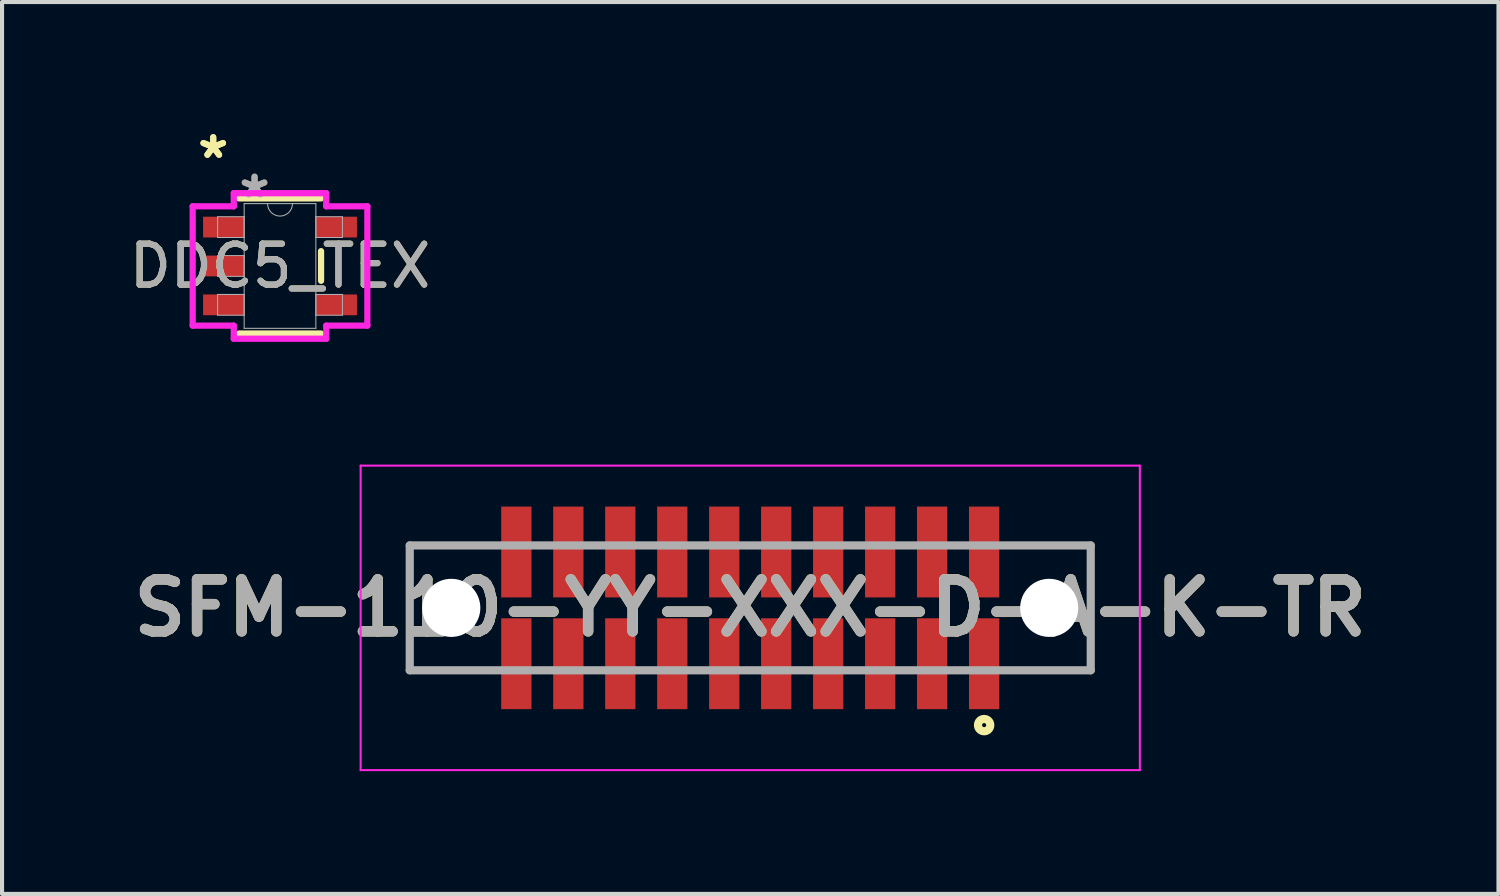
<source format=kicad_pcb>
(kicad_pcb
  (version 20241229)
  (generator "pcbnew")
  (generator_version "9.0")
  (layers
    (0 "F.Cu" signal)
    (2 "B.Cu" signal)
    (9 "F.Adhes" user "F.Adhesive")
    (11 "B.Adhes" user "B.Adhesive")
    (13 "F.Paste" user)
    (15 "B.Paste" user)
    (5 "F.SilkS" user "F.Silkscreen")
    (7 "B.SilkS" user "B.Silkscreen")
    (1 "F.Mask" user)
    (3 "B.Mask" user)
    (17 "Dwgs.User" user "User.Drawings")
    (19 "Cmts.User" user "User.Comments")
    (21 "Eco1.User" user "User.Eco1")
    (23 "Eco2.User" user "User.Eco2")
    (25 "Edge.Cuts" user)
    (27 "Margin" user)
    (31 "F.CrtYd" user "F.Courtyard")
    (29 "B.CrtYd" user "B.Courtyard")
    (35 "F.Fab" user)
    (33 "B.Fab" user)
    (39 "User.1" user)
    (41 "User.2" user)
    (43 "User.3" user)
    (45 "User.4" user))
  (footprint "DDC5_TEX"
    (layer "F.Cu")
    (at 3.792 3.449)
    (property "Reference" "DDC5_TEX" (at 0 0 0) (unlocked yes) (layer "F.SilkS") (effects (font (size 1 1) (thickness 0.15))))
    (attr smd)
    (fp_line (start -1.003 1.651) (end 1.003 1.651) (stroke (width 0.152) (type solid)) (layer "F.SilkS"))
    (fp_line (start 1.003 -1.651) (end -1.003 -1.651) (stroke (width 0.152) (type solid)) (layer "F.SilkS"))
    (fp_line (start 1.003 0.363) (end 1.003 -0.363) (stroke (width 0.152) (type solid)) (layer "F.SilkS"))
    (fp_line (start -2.134 -1.458) (end -1.13 -1.458) (stroke (width 0.152) (type solid)) (layer "F.CrtYd"))
    (fp_line (start -2.134 1.458) (end -2.134 -1.458) (stroke (width 0.152) (type solid)) (layer "F.CrtYd"))
    (fp_line (start -1.13 -1.778) (end 1.13 -1.778) (stroke (width 0.152) (type solid)) (layer "F.CrtYd"))
    (fp_line (start -1.13 -1.458) (end -1.13 -1.778) (stroke (width 0.152) (type solid)) (layer "F.CrtYd"))
    (fp_line (start -1.13 1.458) (end -2.134 1.458) (stroke (width 0.152) (type solid)) (layer "F.CrtYd"))
    (fp_line (start -1.13 1.778) (end -1.13 1.458) (stroke (width 0.152) (type solid)) (layer "F.CrtYd"))
    (fp_line (start 1.13 -1.778) (end 1.13 -1.458) (stroke (width 0.152) (type solid)) (layer "F.CrtYd"))
    (fp_line (start 1.13 -1.458) (end 2.134 -1.458) (stroke (width 0.152) (type solid)) (layer "F.CrtYd"))
    (fp_line (start 1.13 1.458) (end 1.13 1.778) (stroke (width 0.152) (type solid)) (layer "F.CrtYd"))
    (fp_line (start 1.13 1.778) (end -1.13 1.778) (stroke (width 0.152) (type solid)) (layer "F.CrtYd"))
    (fp_line (start 2.134 -1.458) (end 2.134 1.458) (stroke (width 0.152) (type solid)) (layer "F.CrtYd"))
    (fp_line (start 2.134 1.458) (end 1.13 1.458) (stroke (width 0.152) (type solid)) (layer "F.CrtYd"))
    (fp_line (start -1.524 -1.204) (end -1.524 -0.696) (stroke (width 0.025) (type solid)) (layer "F.Fab"))
    (fp_line (start -1.524 -0.696) (end -0.876 -0.696) (stroke (width 0.025) (type solid)) (layer "F.Fab"))
    (fp_line (start -1.524 -0.254) (end -1.524 0.254) (stroke (width 0.025) (type solid)) (layer "F.Fab"))
    (fp_line (start -1.524 0.254) (end -0.876 0.254) (stroke (width 0.025) (type solid)) (layer "F.Fab"))
    (fp_line (start -1.524 0.696) (end -1.524 1.204) (stroke (width 0.025) (type solid)) (layer "F.Fab"))
    (fp_line (start -1.524 1.204) (end -0.876 1.204) (stroke (width 0.025) (type solid)) (layer "F.Fab"))
    (fp_line (start -0.876 -1.524) (end -0.876 1.524) (stroke (width 0.025) (type solid)) (layer "F.Fab"))
    (fp_line (start -0.876 -1.204) (end -1.524 -1.204) (stroke (width 0.025) (type solid)) (layer "F.Fab"))
    (fp_line (start -0.876 -0.696) (end -0.876 -1.204) (stroke (width 0.025) (type solid)) (layer "F.Fab"))
    (fp_line (start -0.876 -0.254) (end -1.524 -0.254) (stroke (width 0.025) (type solid)) (layer "F.Fab"))
    (fp_line (start -0.876 0.254) (end -0.876 -0.254) (stroke (width 0.025) (type solid)) (layer "F.Fab"))
    (fp_line (start -0.876 0.696) (end -1.524 0.696) (stroke (width 0.025) (type solid)) (layer "F.Fab"))
    (fp_line (start -0.876 1.204) (end -0.876 0.696) (stroke (width 0.025) (type solid)) (layer "F.Fab"))
    (fp_line (start -0.876 1.524) (end 0.876 1.524) (stroke (width 0.025) (type solid)) (layer "F.Fab"))
    (fp_line (start 0.876 -1.524) (end -0.876 -1.524) (stroke (width 0.025) (type solid)) (layer "F.Fab"))
    (fp_line (start 0.876 -1.204) (end 0.876 -0.696) (stroke (width 0.025) (type solid)) (layer "F.Fab"))
    (fp_line (start 0.876 -0.696) (end 1.524 -0.696) (stroke (width 0.025) (type solid)) (layer "F.Fab"))
    (fp_line (start 0.876 0.696) (end 0.876 1.204) (stroke (width 0.025) (type solid)) (layer "F.Fab"))
    (fp_line (start 0.876 1.204) (end 1.524 1.204) (stroke (width 0.025) (type solid)) (layer "F.Fab"))
    (fp_line (start 0.876 1.524) (end 0.876 -1.524) (stroke (width 0.025) (type solid)) (layer "F.Fab"))
    (fp_line (start 1.524 -1.204) (end 0.876 -1.204) (stroke (width 0.025) (type solid)) (layer "F.Fab"))
    (fp_line (start 1.524 -0.696) (end 1.524 -1.204) (stroke (width 0.025) (type solid)) (layer "F.Fab"))
    (fp_line (start 1.524 0.696) (end 0.876 0.696) (stroke (width 0.025) (type solid)) (layer "F.Fab"))
    (fp_line (start 1.524 1.204) (end 1.524 0.696) (stroke (width 0.025) (type solid)) (layer "F.Fab"))
    (fp_arc (start 0.3048 -1.524) (mid 0 -1.2192) (end -0.3048 -1.524) (stroke (width 0.0254) (type solid)) (layer "F.Fab"))
    (fp_text user "*" (at -1.632 -2.601 0) (unlocked yes) (layer "F.SilkS") (effects (font (size 1 1) (thickness 0.15))))
    (fp_text user "*" (at -1.632 -2.601 0) (layer "F.SilkS") (effects (font (size 1 1) (thickness 0.15))))
    (fp_text user "${REFERENCE}" (at 0 0 0) (unlocked yes) (layer "F.Fab") (effects (font (size 1 1) (thickness 0.15))))
    (fp_text user "*" (at -0.622 -1.636 0) (unlocked yes) (layer "F.Fab") (effects (font (size 1 1) (thickness 0.15))))
    (fp_text user "*" (at -0.622 -1.636 0) (layer "F.Fab") (effects (font (size 1 1) (thickness 0.15))))
    (pad "1" smd rect (at -1.378 -0.95) (size 1.003 0.508) (layers "F.Cu" "F.Mask" "F.Paste"))
    (pad "2" smd rect (at -1.378 0) (size 1.003 0.508) (layers "F.Cu" "F.Mask" "F.Paste"))
    (pad "3" smd rect (at -1.378 0.95) (size 1.003 0.508) (layers "F.Cu" "F.Mask" "F.Paste"))
    (pad "4" smd rect (at 1.378 0.95) (size 1.003 0.508) (layers "F.Cu" "F.Mask" "F.Paste"))
    (pad "5" smd rect (at 1.378 -0.95) (size 1.003 0.508) (layers "F.Cu" "F.Mask" "F.Paste")))
  (footprint "SFM-110-YY-XXX-D-A-K-TR"
    (layer "F.Cu")
    (at 15.282 11.803)
    (property "Reference" "SFM-110-YY-XXX-D-A-K-TR" (at 0 0 0) (layer "F.SilkS") (effects (font (size 1.27 1.27) (thickness 0.254))))
    (attr through_hole)
    (fp_line (start -8.32 1.525) (end -8.32 -1.525) (stroke (width 0.1) (type solid)) (layer "F.SilkS"))
    (fp_line (start 8.32 -1.525) (end 8.32 1.525) (stroke (width 0.1) (type solid)) (layer "F.SilkS"))
    (fp_circle (center 5.715 2.865) (end 5.715 2.915) (stroke (width 0.2) (type solid)) (fill no) (layer "F.SilkS"))
    (fp_line (start -9.52 -3.475) (end 9.52 -3.475) (stroke (width 0.05) (type solid)) (layer "F.CrtYd"))
    (fp_line (start -9.52 3.965) (end -9.52 -3.475) (stroke (width 0.05) (type solid)) (layer "F.CrtYd"))
    (fp_line (start 9.52 -3.475) (end 9.52 3.965) (stroke (width 0.05) (type solid)) (layer "F.CrtYd"))
    (fp_line (start 9.52 3.965) (end -9.52 3.965) (stroke (width 0.05) (type solid)) (layer "F.CrtYd"))
    (fp_line (start -8.32 -1.525) (end 8.32 -1.525) (stroke (width 0.2) (type solid)) (layer "F.Fab"))
    (fp_line (start -8.32 1.525) (end -8.32 -1.525) (stroke (width 0.2) (type solid)) (layer "F.Fab"))
    (fp_line (start 8.32 -1.525) (end 8.32 1.525) (stroke (width 0.2) (type solid)) (layer "F.Fab"))
    (fp_line (start 8.32 1.525) (end -8.32 1.525) (stroke (width 0.2) (type solid)) (layer "F.Fab"))
    (fp_text user "${REFERENCE}" (at 0 0 0) (layer "F.Fab") (effects (font (size 1.27 1.27) (thickness 0.254))))
    (pad "" np_thru_hole circle (at -7.305 0) (size 1.42 1.42) (drill 1.42) (layers "*.Cu" "*.Mask"))
    (pad "" np_thru_hole circle (at 7.305 0) (size 1.42 1.42) (drill 1.42) (layers "*.Cu" "*.Mask"))
    (pad "1" smd rect (at 5.715 1.365) (size 0.74 2.22) (layers "F.Cu" "F.Mask" "F.Paste"))
    (pad "2" smd rect (at 5.715 -1.365) (size 0.74 2.22) (layers "F.Cu" "F.Mask" "F.Paste"))
    (pad "3" smd rect (at 4.445 1.365) (size 0.74 2.22) (layers "F.Cu" "F.Mask" "F.Paste"))
    (pad "4" smd rect (at 4.445 -1.365) (size 0.74 2.22) (layers "F.Cu" "F.Mask" "F.Paste"))
    (pad "5" smd rect (at 3.175 1.365) (size 0.74 2.22) (layers "F.Cu" "F.Mask" "F.Paste"))
    (pad "6" smd rect (at 3.175 -1.365) (size 0.74 2.22) (layers "F.Cu" "F.Mask" "F.Paste"))
    (pad "7" smd rect (at 1.905 1.365) (size 0.74 2.22) (layers "F.Cu" "F.Mask" "F.Paste"))
    (pad "8" smd rect (at 1.905 -1.365) (size 0.74 2.22) (layers "F.Cu" "F.Mask" "F.Paste"))
    (pad "9" smd rect (at 0.635 1.365) (size 0.74 2.22) (layers "F.Cu" "F.Mask" "F.Paste"))
    (pad "10" smd rect (at 0.635 -1.365) (size 0.74 2.22) (layers "F.Cu" "F.Mask" "F.Paste"))
    (pad "11" smd rect (at -0.635 1.365) (size 0.74 2.22) (layers "F.Cu" "F.Mask" "F.Paste"))
    (pad "12" smd rect (at -0.635 -1.365) (size 0.74 2.22) (layers "F.Cu" "F.Mask" "F.Paste"))
    (pad "13" smd rect (at -1.905 1.365) (size 0.74 2.22) (layers "F.Cu" "F.Mask" "F.Paste"))
    (pad "14" smd rect (at -1.905 -1.365) (size 0.74 2.22) (layers "F.Cu" "F.Mask" "F.Paste"))
    (pad "15" smd rect (at -3.175 1.365) (size 0.74 2.22) (layers "F.Cu" "F.Mask" "F.Paste"))
    (pad "16" smd rect (at -3.175 -1.365) (size 0.74 2.22) (layers "F.Cu" "F.Mask" "F.Paste"))
    (pad "17" smd rect (at -4.445 1.365) (size 0.74 2.22) (layers "F.Cu" "F.Mask" "F.Paste"))
    (pad "18" smd rect (at -4.445 -1.365) (size 0.74 2.22) (layers "F.Cu" "F.Mask" "F.Paste"))
    (pad "19" smd rect (at -5.715 1.365) (size 0.74 2.22) (layers "F.Cu" "F.Mask" "F.Paste"))
    (pad "20" smd rect (at -5.715 -1.365) (size 0.74 2.22) (layers "F.Cu" "F.Mask" "F.Paste")))
  (gr_rect
    (start -3 -3)
    (end 33.565 18.793)
    (stroke (width 0.1) (type default))
    (fill no)
    (layer "Edge.Cuts")))
</source>
